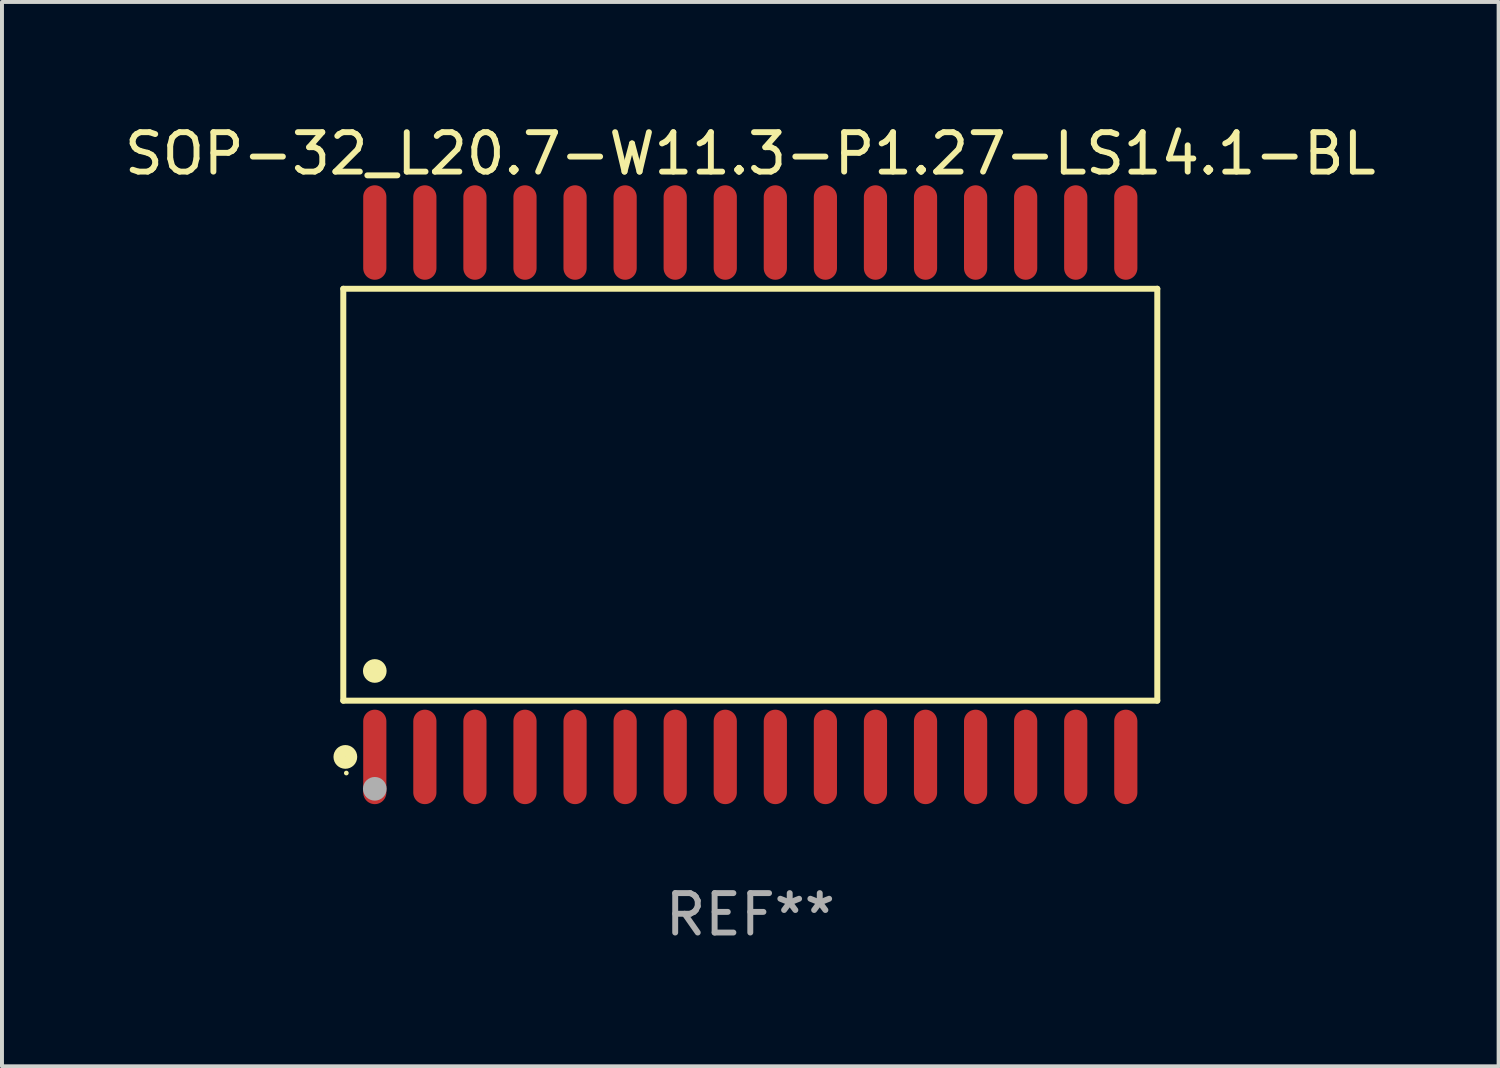
<source format=kicad_pcb>
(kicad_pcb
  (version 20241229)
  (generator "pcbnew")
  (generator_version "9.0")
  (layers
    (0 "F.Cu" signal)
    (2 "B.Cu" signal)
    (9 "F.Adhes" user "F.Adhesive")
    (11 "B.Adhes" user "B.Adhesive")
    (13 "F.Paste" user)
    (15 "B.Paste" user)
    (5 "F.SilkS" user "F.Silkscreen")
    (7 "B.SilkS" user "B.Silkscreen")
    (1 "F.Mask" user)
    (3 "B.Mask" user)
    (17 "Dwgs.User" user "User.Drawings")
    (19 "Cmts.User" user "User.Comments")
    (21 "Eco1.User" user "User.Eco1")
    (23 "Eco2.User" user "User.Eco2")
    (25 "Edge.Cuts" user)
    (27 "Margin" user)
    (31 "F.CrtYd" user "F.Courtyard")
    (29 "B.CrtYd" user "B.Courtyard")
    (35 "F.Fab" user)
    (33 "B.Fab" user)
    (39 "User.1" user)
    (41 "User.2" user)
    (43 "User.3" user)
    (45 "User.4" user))
  (footprint "SOP-32_L20.7-W11.3-P1.27-LS14.1-BL"
    (layer "F.Cu")
    (at 15.982 9.499)
    (property "Reference" "SOP-32_L20.7-W11.3-P1.27-LS14.1-BL" (at 0 -8.651 0) (layer "F.SilkS") (effects (font (size 1 1) (thickness 0.15))))
    (attr through_hole)
    (fp_line (start -10.324 -5.224) (end 10.324 -5.224) (stroke (width 0.152) (type solid)) (layer "F.SilkS"))
    (fp_line (start -10.324 5.224) (end -10.324 -5.224) (stroke (width 0.152) (type solid)) (layer "F.SilkS"))
    (fp_line (start 10.324 -5.224) (end 10.324 5.224) (stroke (width 0.152) (type solid)) (layer "F.SilkS"))
    (fp_line (start 10.324 5.224) (end -10.324 5.224) (stroke (width 0.152) (type solid)) (layer "F.SilkS"))
    (fp_circle (center -10.272 6.651) (end -10.121 6.651) (stroke (width 0.3) (type solid)) (fill no) (layer "F.SilkS"))
    (fp_circle (center -10.247 7.06) (end -10.217 7.06) (stroke (width 0.06) (type solid)) (fill no) (layer "F.SilkS"))
    (fp_circle (center -9.525 4.471) (end -9.375 4.471) (stroke (width 0.3) (type solid)) (fill no) (layer "F.SilkS"))
    (fp_circle (center -9.525 7.46) (end -9.375 7.46) (stroke (width 0.3) (type solid)) (fill no) (layer "F.Fab"))
    (fp_text user "REF**" (at 0 10.651 0) (layer "F.Fab") (effects (font (size 1 1) (thickness 0.15))))
    (pad "1" smd oval (at -9.525 6.651) (size 0.588 2.396) (layers "F.Cu" "F.Mask" "F.Paste"))
    (pad "2" smd oval (at -8.255 6.651) (size 0.588 2.396) (layers "F.Cu" "F.Mask" "F.Paste"))
    (pad "3" smd oval (at -6.985 6.651) (size 0.588 2.396) (layers "F.Cu" "F.Mask" "F.Paste"))
    (pad "4" smd oval (at -5.715 6.651) (size 0.588 2.396) (layers "F.Cu" "F.Mask" "F.Paste"))
    (pad "5" smd oval (at -4.445 6.651) (size 0.588 2.396) (layers "F.Cu" "F.Mask" "F.Paste"))
    (pad "6" smd oval (at -3.175 6.651) (size 0.588 2.396) (layers "F.Cu" "F.Mask" "F.Paste"))
    (pad "7" smd oval (at -1.905 6.651) (size 0.588 2.396) (layers "F.Cu" "F.Mask" "F.Paste"))
    (pad "8" smd oval (at -0.635 6.651) (size 0.588 2.396) (layers "F.Cu" "F.Mask" "F.Paste"))
    (pad "9" smd oval (at 0.635 6.651) (size 0.588 2.396) (layers "F.Cu" "F.Mask" "F.Paste"))
    (pad "10" smd oval (at 1.905 6.651) (size 0.588 2.396) (layers "F.Cu" "F.Mask" "F.Paste"))
    (pad "11" smd oval (at 3.175 6.651) (size 0.588 2.396) (layers "F.Cu" "F.Mask" "F.Paste"))
    (pad "12" smd oval (at 4.445 6.651) (size 0.588 2.396) (layers "F.Cu" "F.Mask" "F.Paste"))
    (pad "13" smd oval (at 5.715 6.651) (size 0.588 2.396) (layers "F.Cu" "F.Mask" "F.Paste"))
    (pad "14" smd oval (at 6.985 6.651) (size 0.588 2.396) (layers "F.Cu" "F.Mask" "F.Paste"))
    (pad "15" smd oval (at 8.255 6.651) (size 0.588 2.396) (layers "F.Cu" "F.Mask" "F.Paste"))
    (pad "16" smd oval (at 9.525 6.651) (size 0.588 2.396) (layers "F.Cu" "F.Mask" "F.Paste"))
    (pad "17" smd oval (at 9.525 -6.651) (size 0.588 2.396) (layers "F.Cu" "F.Mask" "F.Paste"))
    (pad "18" smd oval (at 8.255 -6.651) (size 0.588 2.396) (layers "F.Cu" "F.Mask" "F.Paste"))
    (pad "19" smd oval (at 6.985 -6.651) (size 0.588 2.396) (layers "F.Cu" "F.Mask" "F.Paste"))
    (pad "20" smd oval (at 5.715 -6.651) (size 0.588 2.396) (layers "F.Cu" "F.Mask" "F.Paste"))
    (pad "21" smd oval (at 4.445 -6.651) (size 0.588 2.396) (layers "F.Cu" "F.Mask" "F.Paste"))
    (pad "22" smd oval (at 3.175 -6.651) (size 0.588 2.396) (layers "F.Cu" "F.Mask" "F.Paste"))
    (pad "23" smd oval (at 1.905 -6.651) (size 0.588 2.396) (layers "F.Cu" "F.Mask" "F.Paste"))
    (pad "24" smd oval (at 0.635 -6.651) (size 0.588 2.396) (layers "F.Cu" "F.Mask" "F.Paste"))
    (pad "25" smd oval (at -0.635 -6.651) (size 0.588 2.396) (layers "F.Cu" "F.Mask" "F.Paste"))
    (pad "26" smd oval (at -1.905 -6.651) (size 0.588 2.396) (layers "F.Cu" "F.Mask" "F.Paste"))
    (pad "27" smd oval (at -3.175 -6.651) (size 0.588 2.396) (layers "F.Cu" "F.Mask" "F.Paste"))
    (pad "28" smd oval (at -4.445 -6.651) (size 0.588 2.396) (layers "F.Cu" "F.Mask" "F.Paste"))
    (pad "29" smd oval (at -5.715 -6.651) (size 0.588 2.396) (layers "F.Cu" "F.Mask" "F.Paste"))
    (pad "30" smd oval (at -6.985 -6.651) (size 0.588 2.396) (layers "F.Cu" "F.Mask" "F.Paste"))
    (pad "31" smd oval (at -8.255 -6.651) (size 0.588 2.396) (layers "F.Cu" "F.Mask" "F.Paste"))
    (pad "32" smd oval (at -9.525 -6.651) (size 0.588 2.396) (layers "F.Cu" "F.Mask" "F.Paste")))
  (gr_rect
    (start -3 -3)
    (end 34.964 23.998)
    (stroke (width 0.1) (type default))
    (fill no)
    (layer "Edge.Cuts")))
</source>
